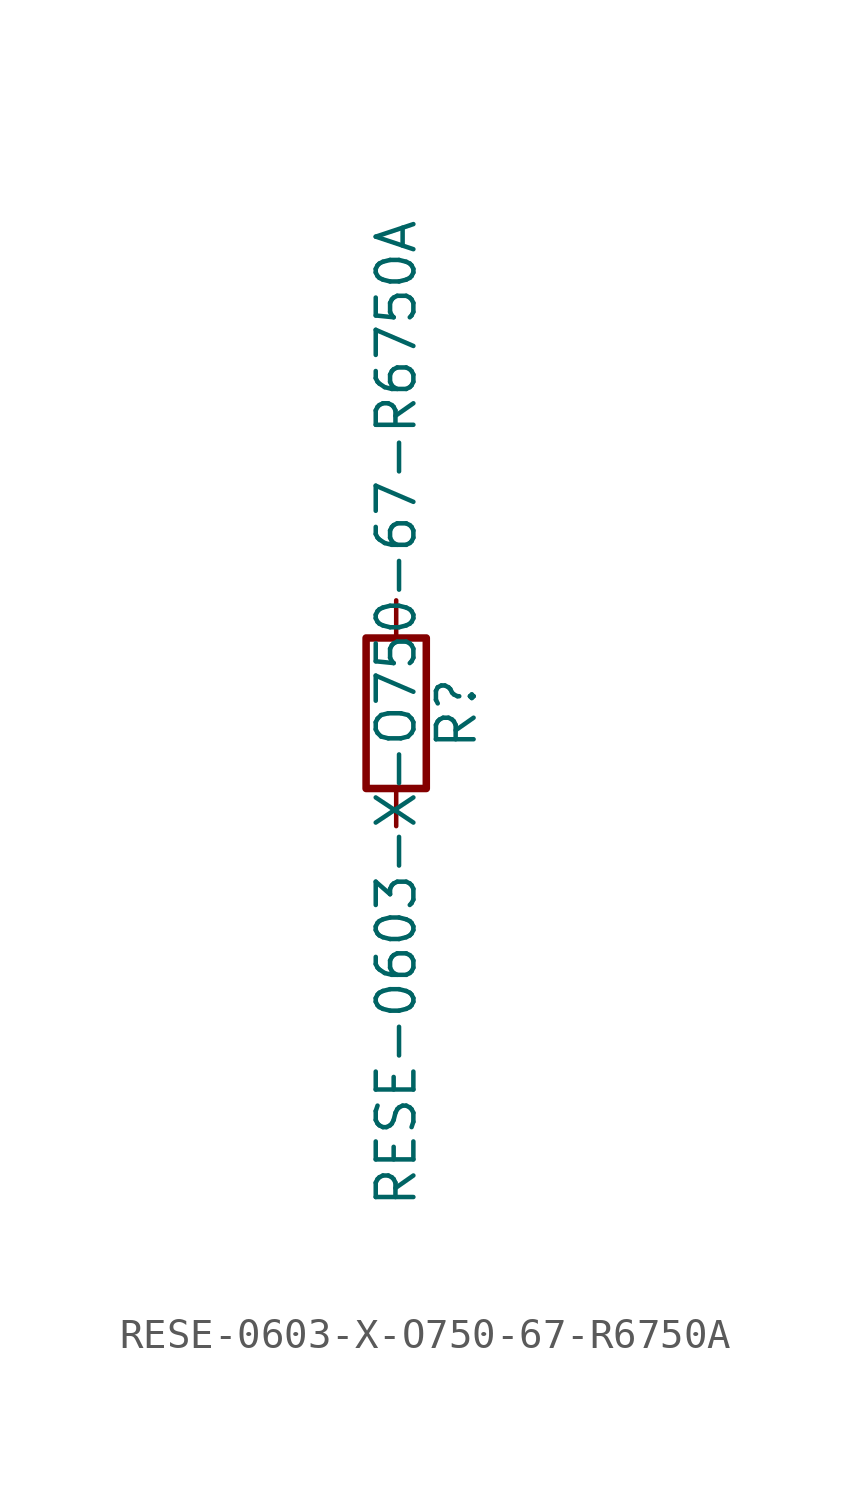
<source format=kicad_sym>
(kicad_symbol_lib
  (version 20211014)
  (generator kicad_symbol_editor)
  (symbol "RESE-0603-X-O750-67-R6750A"
    (pin_numbers hide)
    (pin_names
      (offset 0))
    (property "Reference" "R"
      (at 2.032 0 90)
      (effects (font (size 1.27 1.27))))
    (property "Value" "RESE-0603-X-O750-67-R6750A"
      (at 0 0 90)
      (effects (font (size 1.27 1.27))))
    (symbol "RESE-0603-X-O750-67-R6750A_0_1"
      (rectangle (start -1.016 -2.54) (end 1.016 2.54) (stroke (width 0.254) (type default) (color 0 0 0 0)) (fill (type none))))
    (symbol "RESE-0603-X-O750-67-R6750A_1_1"
      (pin passive line (at 0 3.81 270) (length 1.27) (name "~" (effects (font (size 1.27 1.27)))) (number "1" (effects (font (size 1.27 1.27)))))
      (pin passive line (at 0 -3.81 90) (length 1.27) (name "~" (effects (font (size 1.27 1.27)))) (number "2" (effects (font (size 1.27 1.27))))))))
</source>
